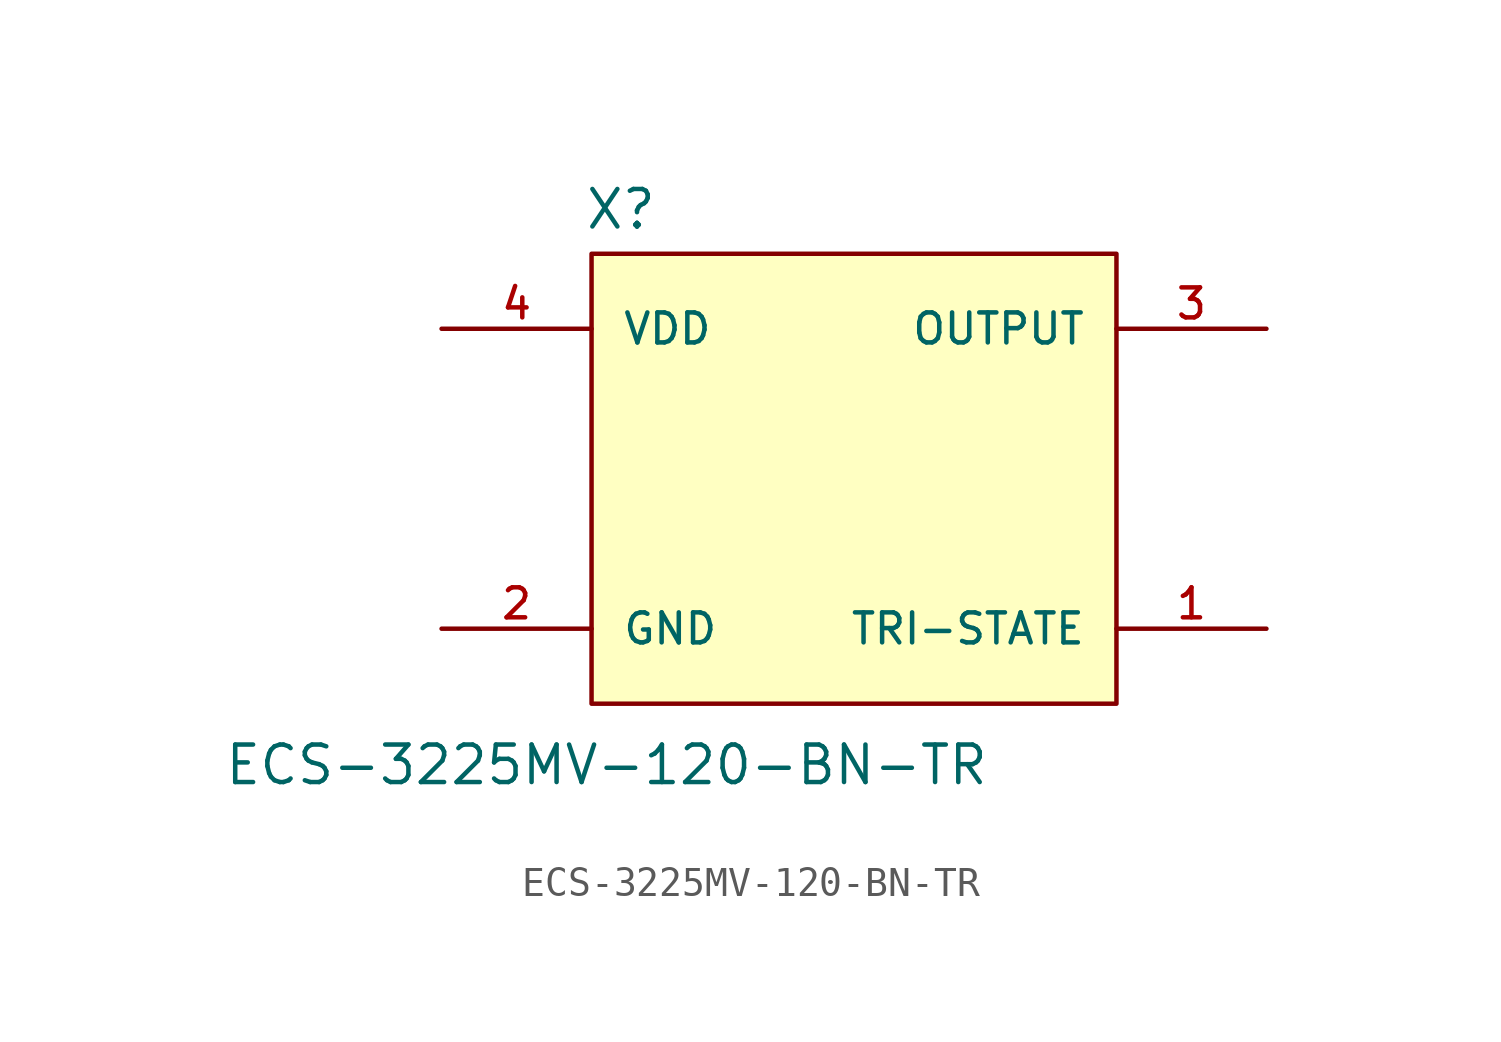
<source format=kicad_sym>
(kicad_symbol_lib
  (version 20231120)
  (generator "kicad_symbol_editor")
  (generator_version "8.0")
  (symbol "ECS-3225MV-120-BN-TR"
    (pin_names
      (offset 1.016))
    (property "Reference" "X"
      (at -2.794 5.842 0)
      (effects (font (size 1.27 1.27)) (justify left bottom)))
    (property "Value" "ECS-3225MV-120-BN-TR"
      (at -15.013 -12.977 0)
      (effects (font (size 1.27 1.27)) (justify left bottom)))
    (symbol "ECS-3225MV-120-BN-TR_0_0"
      (rectangle (start -2.54 5.08) (end 15.24 -10.16) (stroke (width 0.152) (type default)) (fill (type background)))
      (pin input line (at 20.32 -7.62 180) (length 5.08) (name "TRI-STATE" (effects (font (size 1.016 1.016)))) (number "1" (effects (font (size 1.016 1.016)))))
      (pin power_in line (at -7.62 -7.62 0) (length 5.08) (name "GND" (effects (font (size 1.016 1.016)))) (number "2" (effects (font (size 1.016 1.016)))))
      (pin output line (at 20.32 2.54 180) (length 5.08) (name "OUTPUT" (effects (font (size 1.016 1.016)))) (number "3" (effects (font (size 1.016 1.016)))))
      (pin input line (at -7.62 2.54 0) (length 5.08) (name "VDD" (effects (font (size 1.016 1.016)))) (number "4" (effects (font (size 1.016 1.016))))))))
</source>
